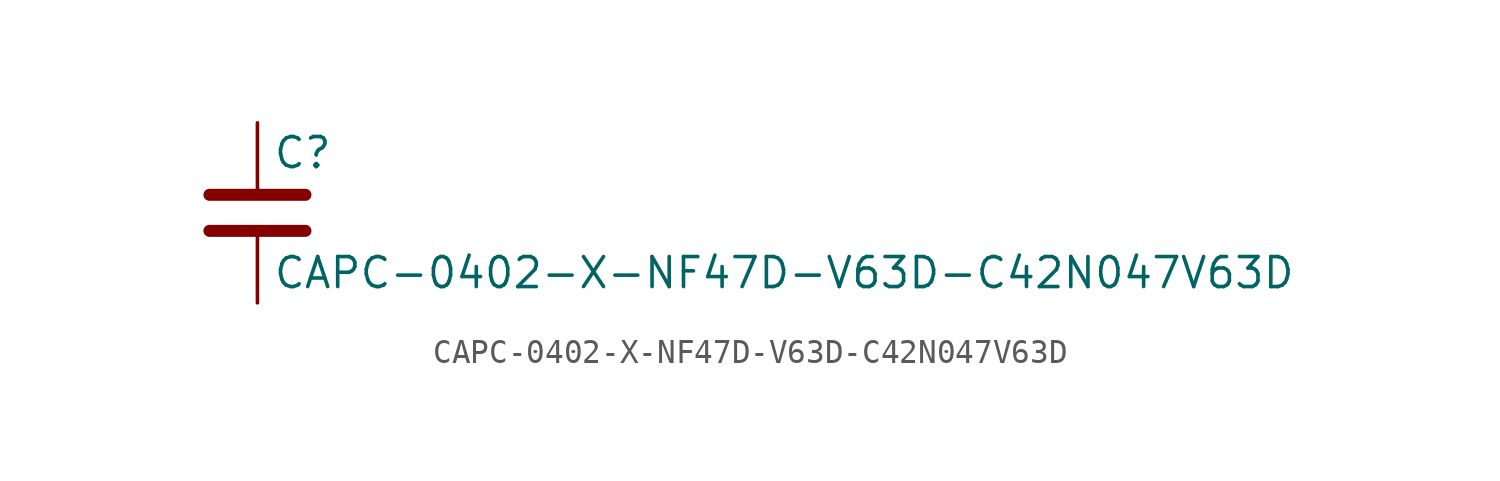
<source format=kicad_sym>
(kicad_symbol_lib
  (version 20211014)
  (generator kicad_symbol_editor)
  (symbol "CAPC-0402-X-NF47D-V63D-C42N047V63D"
    (pin_numbers hide)
    (pin_names
      (offset 0.254))
    (property "Reference" "C"
      (at 0.635 2.54 0)
      (effects (font (size 1.27 1.27)) (justify left)))
    (property "Value" "CAPC-0402-X-NF47D-V63D-C42N047V63D"
      (at 0.635 -2.54 0)
      (effects (font (size 1.27 1.27)) (justify left)))
    (symbol "CAPC-0402-X-NF47D-V63D-C42N047V63D_0_1"
      (polyline (pts (xy -2.032 -0.762) (xy 2.032 -0.762)) (stroke (width 0.508) (type default) (color 0 0 0 0)) (fill (type none)))
      (polyline (pts (xy -2.032 0.762) (xy 2.032 0.762)) (stroke (width 0.508) (type default) (color 0 0 0 0)) (fill (type none))))
    (symbol "CAPC-0402-X-NF47D-V63D-C42N047V63D_1_1"
      (pin passive line (at 0 3.81 270) (length 2.794) (name "~" (effects (font (size 1.27 1.27)))) (number "1" (effects (font (size 1.27 1.27)))))
      (pin passive line (at 0 -3.81 90) (length 2.794) (name "~" (effects (font (size 1.27 1.27)))) (number "2" (effects (font (size 1.27 1.27))))))))
</source>
